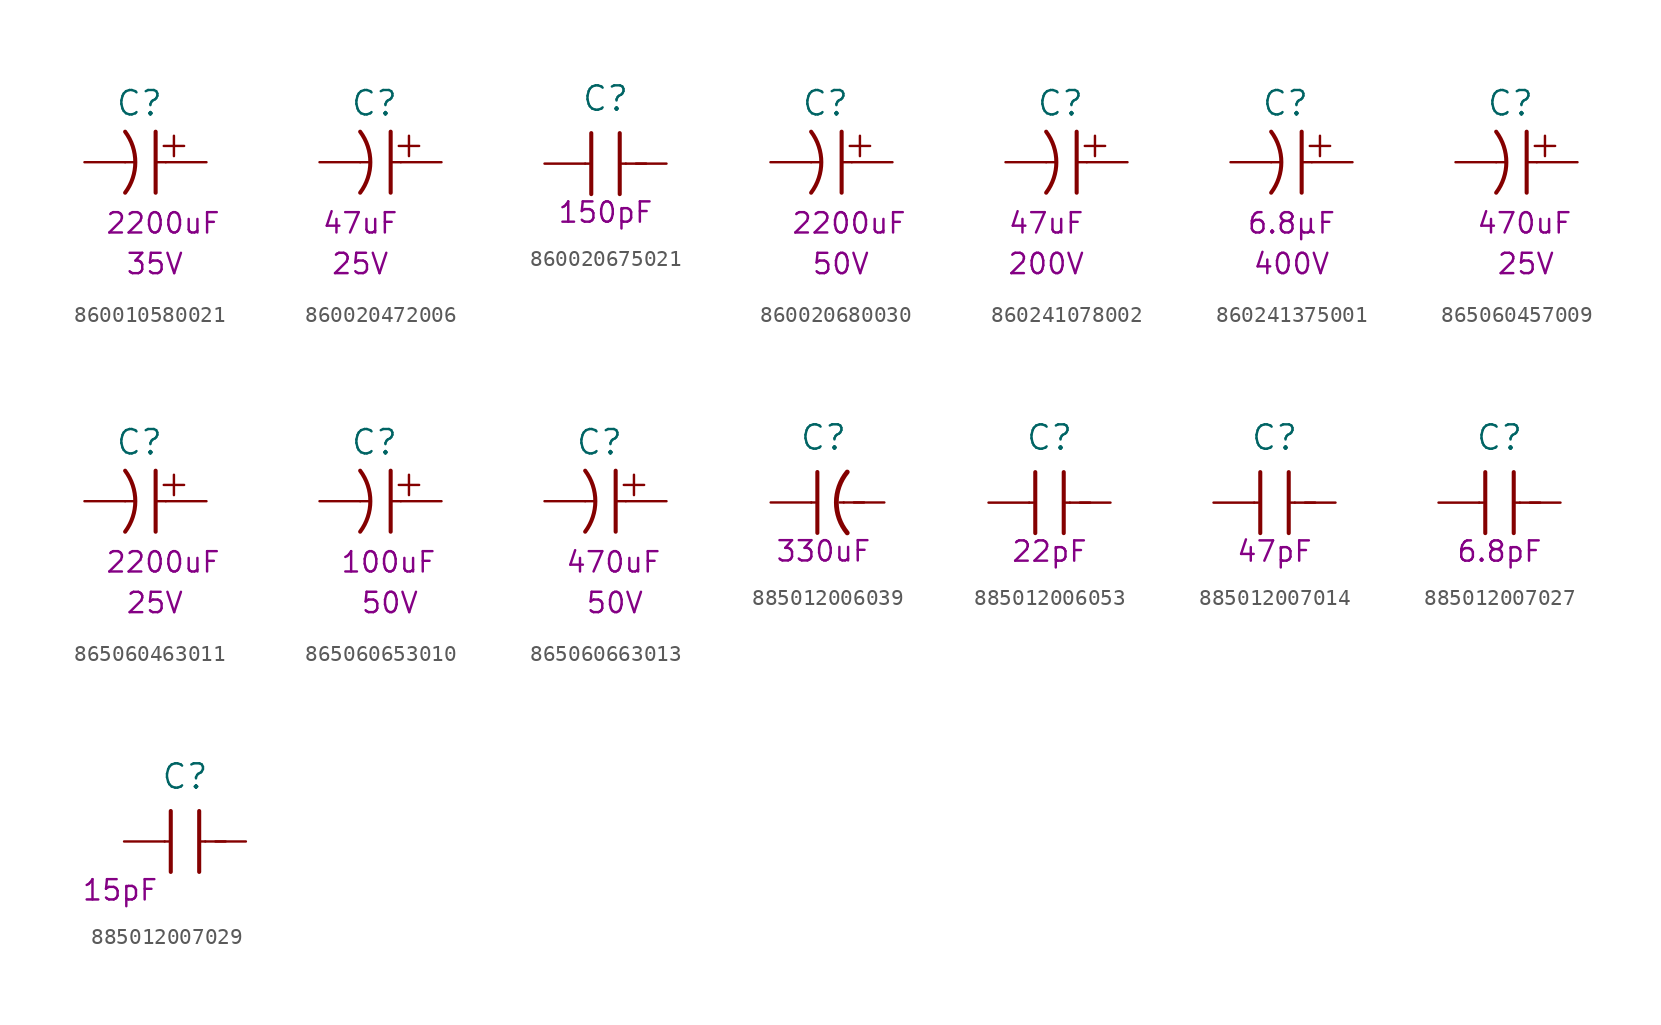
<source format=kicad_sym>
(kicad_symbol_lib
  (version 20220914)
  (generator kicad_symbol_editor)
  (symbol "860010580021"
    (pin_numbers hide)
    (pin_names
      (offset 0) hide)
    (property "Reference" "C"
      (at -0.381 3.683 0)
      (effects (font (size 1.524 1.524))))
    (property "Voltage Rated (Volt)" "35V"
      (at -1.27 -6.35 0)
      (effects (font (size 1.27 1.27)) (justify left)))
    (property "Capacitance (Farad)" "2200uF"
      (at -2.54 -3.81 0)
      (effects (font (size 1.27 1.27)) (justify left)))
    (symbol "860010580021_0_1"
      (arc (start -1.27 -1.905) (mid -0.635 0) (end -1.27 1.905) (stroke (width 0.254) (type default)) (fill (type none)))
      (polyline (pts (xy -1.27 0) (xy -0.635 0)) (stroke (width 0) (type default)) (fill (type none)))
      (polyline (pts (xy 0.635 1.905) (xy 0.635 -1.905)) (stroke (width 0.254) (type default)) (fill (type none)))
      (polyline (pts (xy 1.143 1.016) (xy 2.413 1.016)) (stroke (width 0) (type default)) (fill (type none)))
      (polyline (pts (xy 1.27 0) (xy 0.635 0)) (stroke (width 0) (type default)) (fill (type none)))
      (polyline (pts (xy 1.778 0.381) (xy 1.778 1.651)) (stroke (width 0) (type default)) (fill (type none))))
    (symbol "860010580021_1_1"
      (pin passive line (at 3.81 0 180) (length 2.54) (name "Positif" (effects (font (size 1.27 1.27)))) (number "1" (effects (font (size 1.27 1.27)))))
      (pin passive line (at -3.81 0 0) (length 2.54) (name "Negatif" (effects (font (size 1.27 1.27)))) (number "2" (effects (font (size 1.27 1.27)))))))
  (symbol "860020472006"
    (pin_numbers hide)
    (pin_names
      (offset 0) hide)
    (property "Reference" "C"
      (at 0.889 3.683 0)
      (effects (font (size 1.524 1.524))))
    (property "Capacitance (Farad)" "47uF"
      (at 0 -3.81 0)
      (effects (font (size 1.27 1.27))))
    (property "Voltage Rated (Volt)" "25V"
      (at 0 -6.35 0)
      (effects (font (size 1.27 1.27))))
    (symbol "860020472006_0_1"
      (arc (start 0 -1.905) (mid 0.635 0) (end 0 1.905) (stroke (width 0.254) (type default)) (fill (type none)))
      (polyline (pts (xy 0 0) (xy 0.635 0)) (stroke (width 0) (type default)) (fill (type none)))
      (polyline (pts (xy 1.905 1.905) (xy 1.905 -1.905)) (stroke (width 0.254) (type default)) (fill (type none)))
      (polyline (pts (xy 2.413 1.016) (xy 3.683 1.016)) (stroke (width 0) (type default)) (fill (type none)))
      (polyline (pts (xy 2.54 0) (xy 1.905 0)) (stroke (width 0) (type default)) (fill (type none)))
      (polyline (pts (xy 3.048 0.381) (xy 3.048 1.651)) (stroke (width 0) (type default)) (fill (type none))))
    (symbol "860020472006_1_1"
      (pin passive line (at 5.08 0 180) (length 2.54) (name "Positif" (effects (font (size 1.27 1.27)))) (number "1" (effects (font (size 1.27 1.27)))))
      (pin passive line (at -2.54 0 0) (length 2.54) (name "Negatif" (effects (font (size 1.27 1.27)))) (number "2" (effects (font (size 1.27 1.27)))))))
  (symbol "860020675021"
    (pin_numbers hide)
    (pin_names
      (offset 0) hide)
    (property "Reference" "C"
      (at -1.27 4.064 0)
      (effects (font (size 1.524 1.524))))
    (property "Capacitance (Farad)" "150pF"
      (at -1.27 -3.048 0)
      (effects (font (size 1.27 1.27))))
    (symbol "860020675021_0_1"
      (polyline (pts (xy -2.54 0) (xy -2.286 0)) (stroke (width 0) (type default)) (fill (type none)))
      (polyline (pts (xy -2.159 1.905) (xy -2.159 -1.905)) (stroke (width 0.254) (type default)) (fill (type none)))
      (polyline (pts (xy -0.381 1.905) (xy -0.381 -1.905)) (stroke (width 0.254) (type default)) (fill (type none)))
      (polyline (pts (xy 0 0) (xy -0.254 0)) (stroke (width 0) (type default)) (fill (type none)))
      (polyline (pts (xy 0.635 0) (xy 1.27 0)) (stroke (width 0) (type default)) (fill (type none))))
    (symbol "860020675021_1_1"
      (pin passive line (at -5.08 0 0) (length 2.54) (name "1" (effects (font (size 1.27 1.27)))) (number "1" (effects (font (size 1.27 1.27)))))
      (pin passive line (at 2.54 0 180) (length 2.54) (name "2" (effects (font (size 1.27 1.27)))) (number "2" (effects (font (size 1.27 1.27)))))))
  (symbol "860020680030"
    (pin_numbers hide)
    (pin_names
      (offset 0) hide)
    (property "Reference" "C"
      (at -0.381 3.683 0)
      (effects (font (size 1.524 1.524))))
    (property "Voltage Rated (Volt)" "50V"
      (at -1.27 -6.35 0)
      (effects (font (size 1.27 1.27)) (justify left)))
    (property "Capacitance (Farad)" "2200uF"
      (at -2.54 -3.81 0)
      (effects (font (size 1.27 1.27)) (justify left)))
    (symbol "860020680030_0_1"
      (arc (start -1.27 -1.905) (mid -0.635 0) (end -1.27 1.905) (stroke (width 0.254) (type default)) (fill (type none)))
      (polyline (pts (xy -1.27 0) (xy -0.635 0)) (stroke (width 0) (type default)) (fill (type none)))
      (polyline (pts (xy 0.635 1.905) (xy 0.635 -1.905)) (stroke (width 0.254) (type default)) (fill (type none)))
      (polyline (pts (xy 1.143 1.016) (xy 2.413 1.016)) (stroke (width 0) (type default)) (fill (type none)))
      (polyline (pts (xy 1.27 0) (xy 0.635 0)) (stroke (width 0) (type default)) (fill (type none)))
      (polyline (pts (xy 1.778 0.381) (xy 1.778 1.651)) (stroke (width 0) (type default)) (fill (type none))))
    (symbol "860020680030_1_1"
      (pin passive line (at 3.81 0 180) (length 2.54) (name "Positif" (effects (font (size 1.27 1.27)))) (number "1" (effects (font (size 1.27 1.27)))))
      (pin passive line (at -3.81 0 0) (length 2.54) (name "Negatif" (effects (font (size 1.27 1.27)))) (number "2" (effects (font (size 1.27 1.27)))))))
  (symbol "860241078002"
    (pin_numbers hide)
    (pin_names
      (offset 0) hide)
    (property "Reference" "C"
      (at 0.889 3.683 0)
      (effects (font (size 1.524 1.524))))
    (property "Capacitance (Farad)" "47uF"
      (at 0 -3.81 0)
      (effects (font (size 1.27 1.27))))
    (property "Voltage Rated (Volt)" "200V"
      (at 0 -6.35 0)
      (effects (font (size 1.27 1.27))))
    (symbol "860241078002_0_1"
      (arc (start 0 -1.905) (mid 0.635 0) (end 0 1.905) (stroke (width 0.254) (type default)) (fill (type none)))
      (polyline (pts (xy 0 0) (xy 0.635 0)) (stroke (width 0) (type default)) (fill (type none)))
      (polyline (pts (xy 1.905 1.905) (xy 1.905 -1.905)) (stroke (width 0.254) (type default)) (fill (type none)))
      (polyline (pts (xy 2.413 1.016) (xy 3.683 1.016)) (stroke (width 0) (type default)) (fill (type none)))
      (polyline (pts (xy 2.54 0) (xy 1.905 0)) (stroke (width 0) (type default)) (fill (type none)))
      (polyline (pts (xy 3.048 0.381) (xy 3.048 1.651)) (stroke (width 0) (type default)) (fill (type none))))
    (symbol "860241078002_1_1"
      (pin passive line (at 5.08 0 180) (length 2.54) (name "Positif" (effects (font (size 1.27 1.27)))) (number "1" (effects (font (size 1.27 1.27)))))
      (pin passive line (at -2.54 0 0) (length 2.54) (name "Negatif" (effects (font (size 1.27 1.27)))) (number "2" (effects (font (size 1.27 1.27)))))))
  (symbol "860241375001"
    (pin_numbers hide)
    (pin_names
      (offset 0) hide)
    (property "Reference" "C"
      (at 0.889 3.683 0)
      (effects (font (size 1.524 1.524))))
    (property "Capacitance (Farad)" "6.8µF"
      (at 1.27 -3.81 0)
      (effects (font (size 1.27 1.27))))
    (property "Voltage Rated (Volt)" "400V"
      (at 1.27 -6.35 0)
      (effects (font (size 1.27 1.27))))
    (symbol "860241375001_0_1"
      (arc (start 0 -1.905) (mid 0.635 0) (end 0 1.905) (stroke (width 0.254) (type default)) (fill (type none)))
      (polyline (pts (xy 0 0) (xy 0.635 0)) (stroke (width 0) (type default)) (fill (type none)))
      (polyline (pts (xy 1.905 1.905) (xy 1.905 -1.905)) (stroke (width 0.254) (type default)) (fill (type none)))
      (polyline (pts (xy 2.413 1.016) (xy 3.683 1.016)) (stroke (width 0) (type default)) (fill (type none)))
      (polyline (pts (xy 2.54 0) (xy 1.905 0)) (stroke (width 0) (type default)) (fill (type none)))
      (polyline (pts (xy 3.048 0.381) (xy 3.048 1.651)) (stroke (width 0) (type default)) (fill (type none))))
    (symbol "860241375001_1_1"
      (pin passive line (at 5.08 0 180) (length 2.54) (name "Positif" (effects (font (size 1.27 1.27)))) (number "1" (effects (font (size 1.27 1.27)))))
      (pin passive line (at -2.54 0 0) (length 2.54) (name "Negatif" (effects (font (size 1.27 1.27)))) (number "2" (effects (font (size 1.27 1.27)))))))
  (symbol "865060457009"
    (pin_numbers hide)
    (pin_names
      (offset 0) hide)
    (property "Reference" "C"
      (at -0.381 3.683 0)
      (effects (font (size 1.524 1.524))))
    (property "Capacitance (Farad)" "470uF"
      (at -2.54 -3.81 0)
      (effects (font (size 1.27 1.27)) (justify left)))
    (property "Voltage Rated (Volt)" "25V"
      (at -1.27 -6.35 0)
      (effects (font (size 1.27 1.27)) (justify left)))
    (symbol "865060457009_0_1"
      (arc (start -1.27 -1.905) (mid -0.635 0) (end -1.27 1.905) (stroke (width 0.254) (type default)) (fill (type none)))
      (polyline (pts (xy -1.27 0) (xy -0.635 0)) (stroke (width 0) (type default)) (fill (type none)))
      (polyline (pts (xy 0.635 1.905) (xy 0.635 -1.905)) (stroke (width 0.254) (type default)) (fill (type none)))
      (polyline (pts (xy 1.143 1.016) (xy 2.413 1.016)) (stroke (width 0) (type default)) (fill (type none)))
      (polyline (pts (xy 1.27 0) (xy 0.635 0)) (stroke (width 0) (type default)) (fill (type none)))
      (polyline (pts (xy 1.778 0.381) (xy 1.778 1.651)) (stroke (width 0) (type default)) (fill (type none))))
    (symbol "865060457009_1_1"
      (pin passive line (at 3.81 0 180) (length 2.54) (name "Positif" (effects (font (size 1.27 1.27)))) (number "1" (effects (font (size 1.27 1.27)))))
      (pin passive line (at -3.81 0 0) (length 2.54) (name "Negatif" (effects (font (size 1.27 1.27)))) (number "2" (effects (font (size 1.27 1.27)))))))
  (symbol "865060463011"
    (pin_numbers hide)
    (pin_names
      (offset 0) hide)
    (property "Reference" "C"
      (at -0.381 3.683 0)
      (effects (font (size 1.524 1.524))))
    (property "Voltage Rated (Volt)" "25V"
      (at -1.27 -6.35 0)
      (effects (font (size 1.27 1.27)) (justify left)))
    (property "Capacitance (Farad)" "2200uF"
      (at -2.54 -3.81 0)
      (effects (font (size 1.27 1.27)) (justify left)))
    (symbol "865060463011_0_1"
      (arc (start -1.27 -1.905) (mid -0.635 0) (end -1.27 1.905) (stroke (width 0.254) (type default)) (fill (type none)))
      (polyline (pts (xy -1.27 0) (xy -0.635 0)) (stroke (width 0) (type default)) (fill (type none)))
      (polyline (pts (xy 0.635 1.905) (xy 0.635 -1.905)) (stroke (width 0.254) (type default)) (fill (type none)))
      (polyline (pts (xy 1.143 1.016) (xy 2.413 1.016)) (stroke (width 0) (type default)) (fill (type none)))
      (polyline (pts (xy 1.27 0) (xy 0.635 0)) (stroke (width 0) (type default)) (fill (type none)))
      (polyline (pts (xy 1.778 0.381) (xy 1.778 1.651)) (stroke (width 0) (type default)) (fill (type none))))
    (symbol "865060463011_1_1"
      (pin passive line (at 3.81 0 180) (length 2.54) (name "Positif" (effects (font (size 1.27 1.27)))) (number "1" (effects (font (size 1.27 1.27)))))
      (pin passive line (at -3.81 0 0) (length 2.54) (name "Negatif" (effects (font (size 1.27 1.27)))) (number "2" (effects (font (size 1.27 1.27)))))))
  (symbol "865060653010"
    (pin_numbers hide)
    (pin_names
      (offset 0) hide)
    (property "Reference" "C"
      (at -0.381 3.683 0)
      (effects (font (size 1.524 1.524))))
    (property "Voltage Rated (Volt)" "50V"
      (at -1.27 -6.35 0)
      (effects (font (size 1.27 1.27)) (justify left)))
    (property "Capacitance (Farad)" "100uF"
      (at -2.54 -3.81 0)
      (effects (font (size 1.27 1.27)) (justify left)))
    (symbol "865060653010_0_1"
      (arc (start -1.27 -1.905) (mid -0.635 0) (end -1.27 1.905) (stroke (width 0.254) (type default)) (fill (type none)))
      (polyline (pts (xy -1.27 0) (xy -0.635 0)) (stroke (width 0) (type default)) (fill (type none)))
      (polyline (pts (xy 0.635 1.905) (xy 0.635 -1.905)) (stroke (width 0.254) (type default)) (fill (type none)))
      (polyline (pts (xy 1.143 1.016) (xy 2.413 1.016)) (stroke (width 0) (type default)) (fill (type none)))
      (polyline (pts (xy 1.27 0) (xy 0.635 0)) (stroke (width 0) (type default)) (fill (type none)))
      (polyline (pts (xy 1.778 0.381) (xy 1.778 1.651)) (stroke (width 0) (type default)) (fill (type none))))
    (symbol "865060653010_1_1"
      (pin passive line (at 3.81 0 180) (length 2.54) (name "Positif" (effects (font (size 1.27 1.27)))) (number "1" (effects (font (size 1.27 1.27)))))
      (pin passive line (at -3.81 0 0) (length 2.54) (name "Negatif" (effects (font (size 1.27 1.27)))) (number "2" (effects (font (size 1.27 1.27)))))))
  (symbol "865060663013"
    (pin_numbers hide)
    (pin_names
      (offset 0) hide)
    (property "Reference" "C"
      (at -0.381 3.683 0)
      (effects (font (size 1.524 1.524))))
    (property "Capacitance (Farad)" "470uF"
      (at -2.54 -3.81 0)
      (effects (font (size 1.27 1.27)) (justify left)))
    (property "Voltage Rated (Volt)" "50V"
      (at -1.27 -6.35 0)
      (effects (font (size 1.27 1.27)) (justify left)))
    (symbol "865060663013_0_1"
      (arc (start -1.27 -1.905) (mid -0.635 0) (end -1.27 1.905) (stroke (width 0.254) (type default)) (fill (type none)))
      (polyline (pts (xy -1.27 0) (xy -0.635 0)) (stroke (width 0) (type default)) (fill (type none)))
      (polyline (pts (xy 0.635 1.905) (xy 0.635 -1.905)) (stroke (width 0.254) (type default)) (fill (type none)))
      (polyline (pts (xy 1.143 1.016) (xy 2.413 1.016)) (stroke (width 0) (type default)) (fill (type none)))
      (polyline (pts (xy 1.27 0) (xy 0.635 0)) (stroke (width 0) (type default)) (fill (type none)))
      (polyline (pts (xy 1.778 0.381) (xy 1.778 1.651)) (stroke (width 0) (type default)) (fill (type none))))
    (symbol "865060663013_1_1"
      (pin passive line (at 3.81 0 180) (length 2.54) (name "Positif" (effects (font (size 1.27 1.27)))) (number "1" (effects (font (size 1.27 1.27)))))
      (pin passive line (at -3.81 0 0) (length 2.54) (name "Negatif" (effects (font (size 1.27 1.27)))) (number "2" (effects (font (size 1.27 1.27)))))))
  (symbol "885012006039"
    (pin_numbers hide)
    (pin_names
      (offset 0) hide)
    (property "Reference" "C"
      (at -1.27 4.064 0)
      (effects (font (size 1.524 1.524))))
    (property "Capacitance (Farad)" "330uF"
      (at -1.27 -3.048 0)
      (effects (font (size 1.27 1.27))))
    (symbol "885012006039_0_1"
      (polyline (pts (xy -2.032 0) (xy -1.778 0)) (stroke (width 0) (type default)) (fill (type none)))
      (polyline (pts (xy -1.651 1.905) (xy -1.651 -1.905)) (stroke (width 0.254) (type default)) (fill (type none)))
      (polyline (pts (xy 0 0) (xy -0.254 0)) (stroke (width 0) (type default)) (fill (type none)))
      (polyline (pts (xy 0.635 0) (xy 1.27 0)) (stroke (width 0) (type default)) (fill (type none))))
    (symbol "885012006039_1_1"
      (arc (start 0.2195 1.905) (mid -0.4623 0) (end 0.2195 -1.905) (stroke (width 0.3) (type default)) (fill (type none)))
      (pin passive line (at -4.572 0 0) (length 2.54) (name "1" (effects (font (size 1.27 1.27)))) (number "1" (effects (font (size 1.27 1.27)))))
      (pin passive line (at 2.54 0 180) (length 2.54) (name "2" (effects (font (size 1.27 1.27)))) (number "2" (effects (font (size 1.27 1.27)))))))
  (symbol "885012006053"
    (pin_numbers hide)
    (pin_names
      (offset 0) hide)
    (property "Reference" "C"
      (at -1.27 4.064 0)
      (effects (font (size 1.524 1.524))))
    (property "Capacitance (Farad)" "22pF"
      (at -1.27 -3.048 0)
      (effects (font (size 1.27 1.27))))
    (symbol "885012006053_0_1"
      (polyline (pts (xy -2.54 0) (xy -2.286 0)) (stroke (width 0) (type default)) (fill (type none)))
      (polyline (pts (xy -2.159 1.905) (xy -2.159 -1.905)) (stroke (width 0.254) (type default)) (fill (type none)))
      (polyline (pts (xy -0.381 1.905) (xy -0.381 -1.905)) (stroke (width 0.254) (type default)) (fill (type none)))
      (polyline (pts (xy 0 0) (xy -0.254 0)) (stroke (width 0) (type default)) (fill (type none)))
      (polyline (pts (xy 0.635 0) (xy 1.27 0)) (stroke (width 0) (type default)) (fill (type none))))
    (symbol "885012006053_1_1"
      (pin passive line (at -5.08 0 0) (length 2.54) (name "1" (effects (font (size 1.27 1.27)))) (number "1" (effects (font (size 1.27 1.27)))))
      (pin passive line (at 2.54 0 180) (length 2.54) (name "2" (effects (font (size 1.27 1.27)))) (number "2" (effects (font (size 1.27 1.27)))))))
  (symbol "885012007014"
    (pin_numbers hide)
    (pin_names
      (offset 0) hide)
    (property "Reference" "C"
      (at -1.27 4.064 0)
      (effects (font (size 1.524 1.524))))
    (property "Capacitance (Farad)" "47pF"
      (at -1.27 -3.048 0)
      (effects (font (size 1.27 1.27))))
    (symbol "885012007014_0_1"
      (polyline (pts (xy -2.54 0) (xy -2.286 0)) (stroke (width 0) (type default)) (fill (type none)))
      (polyline (pts (xy -2.159 1.905) (xy -2.159 -1.905)) (stroke (width 0.254) (type default)) (fill (type none)))
      (polyline (pts (xy -0.381 1.905) (xy -0.381 -1.905)) (stroke (width 0.254) (type default)) (fill (type none)))
      (polyline (pts (xy 0 0) (xy -0.254 0)) (stroke (width 0) (type default)) (fill (type none)))
      (polyline (pts (xy 0.635 0) (xy 1.27 0)) (stroke (width 0) (type default)) (fill (type none))))
    (symbol "885012007014_1_1"
      (pin passive line (at -5.08 0 0) (length 2.54) (name "1" (effects (font (size 1.27 1.27)))) (number "1" (effects (font (size 1.27 1.27)))))
      (pin passive line (at 2.54 0 180) (length 2.54) (name "2" (effects (font (size 1.27 1.27)))) (number "2" (effects (font (size 1.27 1.27)))))))
  (symbol "885012007027"
    (pin_numbers hide)
    (pin_names
      (offset 0) hide)
    (property "Reference" "C"
      (at -1.27 4.064 0)
      (effects (font (size 1.524 1.524))))
    (property "Capacitance (Farad)" "6.8pF"
      (at -1.27 -3.048 0)
      (effects (font (size 1.27 1.27))))
    (symbol "885012007027_0_1"
      (polyline (pts (xy -2.54 0) (xy -2.286 0)) (stroke (width 0) (type default)) (fill (type none)))
      (polyline (pts (xy -2.159 1.905) (xy -2.159 -1.905)) (stroke (width 0.254) (type default)) (fill (type none)))
      (polyline (pts (xy -0.381 1.905) (xy -0.381 -1.905)) (stroke (width 0.254) (type default)) (fill (type none)))
      (polyline (pts (xy 0 0) (xy -0.254 0)) (stroke (width 0) (type default)) (fill (type none)))
      (polyline (pts (xy 0.635 0) (xy 1.27 0)) (stroke (width 0) (type default)) (fill (type none))))
    (symbol "885012007027_1_1"
      (pin passive line (at -5.08 0 0) (length 2.54) (name "1" (effects (font (size 1.27 1.27)))) (number "1" (effects (font (size 1.27 1.27)))))
      (pin passive line (at 2.54 0 180) (length 2.54) (name "2" (effects (font (size 1.27 1.27)))) (number "2" (effects (font (size 1.27 1.27)))))))
  (symbol "885012007029"
    (pin_numbers hide)
    (pin_names
      (offset 0) hide)
    (property "Reference" "C"
      (at -1.27 4.064 0)
      (effects (font (size 1.524 1.524))))
    (property "Capacitance (Farad)" "15pF"
      (at -5.334 -3.048 0)
      (effects (font (size 1.27 1.27))))
    (symbol "885012007029_0_1"
      (polyline (pts (xy -2.54 0) (xy -2.286 0)) (stroke (width 0) (type default)) (fill (type none)))
      (polyline (pts (xy -2.159 1.905) (xy -2.159 -1.905)) (stroke (width 0.254) (type default)) (fill (type none)))
      (polyline (pts (xy -0.381 1.905) (xy -0.381 -1.905)) (stroke (width 0.254) (type default)) (fill (type none)))
      (polyline (pts (xy 0 0) (xy -0.254 0)) (stroke (width 0) (type default)) (fill (type none)))
      (polyline (pts (xy 0.635 0) (xy 1.27 0)) (stroke (width 0) (type default)) (fill (type none))))
    (symbol "885012007029_1_1"
      (pin passive line (at -5.08 0 0) (length 2.54) (name "1" (effects (font (size 1.27 1.27)))) (number "1" (effects (font (size 1.27 1.27)))))
      (pin passive line (at 2.54 0 180) (length 2.54) (name "2" (effects (font (size 1.27 1.27)))) (number "2" (effects (font (size 1.27 1.27))))))))
</source>
